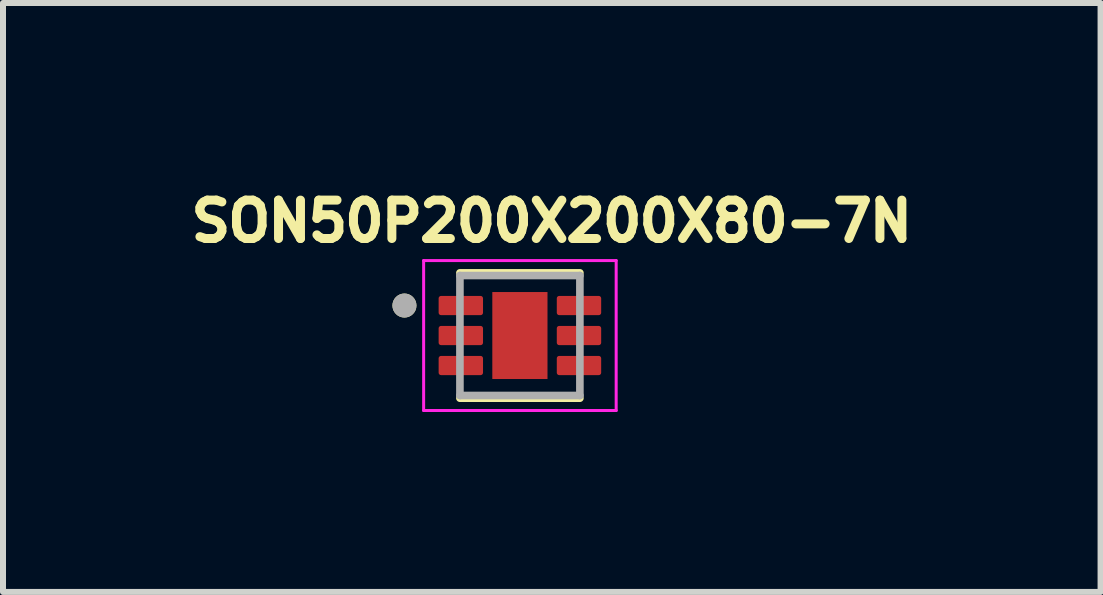
<source format=kicad_pcb>
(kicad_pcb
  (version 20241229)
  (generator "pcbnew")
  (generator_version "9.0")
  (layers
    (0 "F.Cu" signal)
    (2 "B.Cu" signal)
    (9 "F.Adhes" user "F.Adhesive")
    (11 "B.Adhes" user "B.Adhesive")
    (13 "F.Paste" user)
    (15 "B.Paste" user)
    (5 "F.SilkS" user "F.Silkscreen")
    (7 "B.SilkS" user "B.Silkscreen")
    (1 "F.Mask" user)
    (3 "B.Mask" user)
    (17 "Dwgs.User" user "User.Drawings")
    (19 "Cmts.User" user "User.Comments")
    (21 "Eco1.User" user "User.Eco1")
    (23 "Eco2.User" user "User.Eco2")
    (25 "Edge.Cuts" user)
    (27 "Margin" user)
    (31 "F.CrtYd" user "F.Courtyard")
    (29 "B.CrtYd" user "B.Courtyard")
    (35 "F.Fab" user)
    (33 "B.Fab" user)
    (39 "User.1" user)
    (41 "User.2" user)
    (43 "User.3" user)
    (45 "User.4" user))
  (footprint "SON50P200X200X80-7N"
    (layer "F.Cu")
    (at 5.618 2.544)
    (property "Reference" "SON50P200X200X80-7N" (at 0.532 -1.906 0) (layer "F.SilkS") (effects (font (size 0.64 0.64) (thickness 0.15))))
    (attr smd)
    (fp_line (start -1 -1.045) (end 1 -1.045) (stroke (width 0.127) (type solid)) (layer "F.SilkS"))
    (fp_line (start -1 1.045) (end 1 1.045) (stroke (width 0.127) (type solid)) (layer "F.SilkS"))
    (fp_circle (center -1.925 -0.5) (end -1.825 -0.5) (stroke (width 0.2) (type solid)) (fill no) (layer "F.SilkS"))
    (fp_poly (pts (xy -0.29 -0.46) (xy 0.29 -0.46) (xy 0.29 0.46) (xy -0.29 0.46)) (stroke (width 0.01) (type solid)) (fill yes) (layer "F.Paste"))
    (fp_line (start -1.605 -1.25) (end -1.605 1.25) (stroke (width 0.05) (type solid)) (layer "F.CrtYd"))
    (fp_line (start -1.605 -1.25) (end 1.605 -1.25) (stroke (width 0.05) (type solid)) (layer "F.CrtYd"))
    (fp_line (start -1.605 1.25) (end 1.605 1.25) (stroke (width 0.05) (type solid)) (layer "F.CrtYd"))
    (fp_line (start 1.605 -1.25) (end 1.605 1.25) (stroke (width 0.05) (type solid)) (layer "F.CrtYd"))
    (fp_line (start -1 -1) (end -1 1) (stroke (width 0.127) (type solid)) (layer "F.Fab"))
    (fp_line (start -1 -1) (end 1 -1) (stroke (width 0.127) (type solid)) (layer "F.Fab"))
    (fp_line (start -1 1) (end 1 1) (stroke (width 0.127) (type solid)) (layer "F.Fab"))
    (fp_line (start 1 -1) (end 1 1) (stroke (width 0.127) (type solid)) (layer "F.Fab"))
    (fp_circle (center -1.925 -0.5) (end -1.825 -0.5) (stroke (width 0.2) (type solid)) (fill no) (layer "F.Fab"))
    (pad "1" smd roundrect (at -0.985 -0.5) (size 0.74 0.32) (layers "F.Cu" "F.Mask" "F.Paste") (roundrect_rratio 0.125))
    (pad "2" smd roundrect (at -0.985 0) (size 0.74 0.32) (layers "F.Cu" "F.Mask" "F.Paste") (roundrect_rratio 0.125))
    (pad "3" smd roundrect (at -0.985 0.5) (size 0.74 0.32) (layers "F.Cu" "F.Mask" "F.Paste") (roundrect_rratio 0.125))
    (pad "4" smd roundrect (at 0.985 0.5) (size 0.74 0.32) (layers "F.Cu" "F.Mask" "F.Paste") (roundrect_rratio 0.125))
    (pad "5" smd roundrect (at 0.985 0) (size 0.74 0.32) (layers "F.Cu" "F.Mask" "F.Paste") (roundrect_rratio 0.125))
    (pad "6" smd roundrect (at 0.985 -0.5) (size 0.74 0.32) (layers "F.Cu" "F.Mask" "F.Paste") (roundrect_rratio 0.125))
    (pad "7" smd rect (at 0 0) (size 0.92 1.45) (layers "F.Cu" "F.Mask")))
  (gr_rect
    (start -3 -3)
    (end 15.299 6.819)
    (stroke (width 0.1) (type default))
    (fill no)
    (layer "Edge.Cuts")))
</source>
